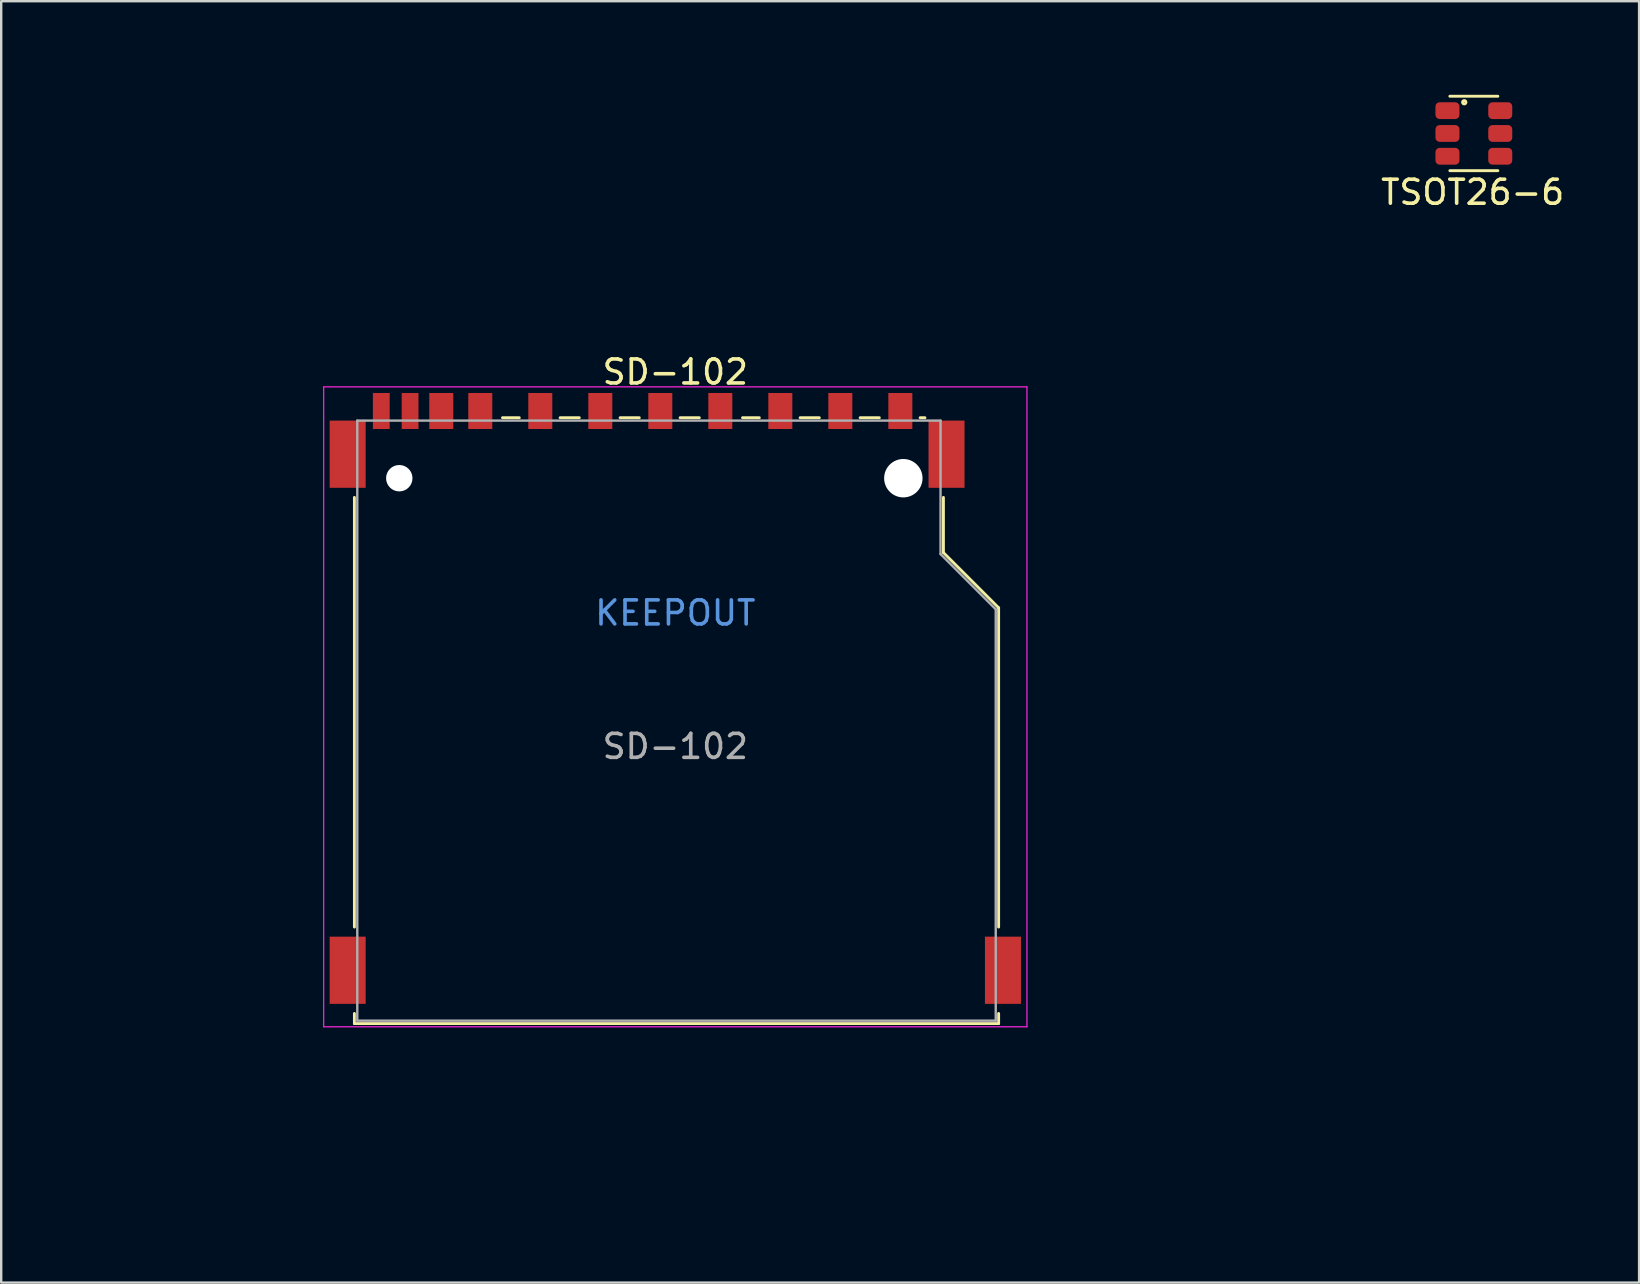
<source format=kicad_pcb>
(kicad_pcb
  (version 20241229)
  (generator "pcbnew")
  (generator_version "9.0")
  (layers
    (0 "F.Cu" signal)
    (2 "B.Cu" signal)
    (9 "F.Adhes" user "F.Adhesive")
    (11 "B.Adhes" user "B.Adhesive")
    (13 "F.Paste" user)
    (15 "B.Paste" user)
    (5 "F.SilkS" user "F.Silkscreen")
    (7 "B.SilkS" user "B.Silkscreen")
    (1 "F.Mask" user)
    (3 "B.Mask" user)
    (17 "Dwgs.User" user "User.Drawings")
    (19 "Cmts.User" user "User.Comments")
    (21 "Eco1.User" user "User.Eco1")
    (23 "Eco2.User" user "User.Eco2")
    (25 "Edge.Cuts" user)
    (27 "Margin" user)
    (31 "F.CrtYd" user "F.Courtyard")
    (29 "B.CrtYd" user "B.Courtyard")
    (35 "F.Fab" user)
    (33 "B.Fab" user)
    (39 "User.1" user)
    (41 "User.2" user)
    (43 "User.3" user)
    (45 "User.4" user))
  (footprint "TSOT26-6"
    (layer "F.Cu")
    (at 58.354 2.51)
    (property "Reference" "TSOT26-6" (at -0.05 2.45 0) (unlocked yes) (layer "F.SilkS") (effects (font (size 1 1) (thickness 0.15))))
    (attr smd)
    (fp_line (start -1 -1.55) (end 1 -1.55) (stroke (width 0.12) (type solid)) (layer "F.SilkS"))
    (fp_line (start -1 1.55) (end 1 1.55) (stroke (width 0.12) (type solid)) (layer "F.SilkS"))
    (fp_circle (center -0.4 -1.3) (end -0.35 -1.25) (stroke (width 0.12) (type solid)) (fill no) (layer "F.SilkS"))
    (fp_line (start -1.5 -2.1) (end -0.95 -2.1) (stroke (width 0.12) (type solid)) (layer "User.1"))
    (fp_line (start -1.5 -1.75) (end -1.5 -2.45) (stroke (width 0.12) (type solid)) (layer "User.1"))
    (fp_line (start 1.5 -2.1) (end 0.9 -2.1) (stroke (width 0.12) (type solid)) (layer "User.1"))
    (fp_line (start 1.5 -1.75) (end 1.5 -2.45) (stroke (width 0.12) (type solid)) (layer "User.1"))
    (fp_line (start 1.8 -1.55) (end 2.5 -1.55) (stroke (width 0.12) (type solid)) (layer "User.1"))
    (fp_line (start 1.8 1.55) (end 2.5 1.55) (stroke (width 0.12) (type solid)) (layer "User.1"))
    (fp_line (start 2.15 -1.55) (end 2.15 -0.85) (stroke (width 0.12) (type solid)) (layer "User.1"))
    (fp_line (start 2.15 1.55) (end 2.15 0.95) (stroke (width 0.12) (type solid)) (layer "User.1"))
    (fp_line (start -1.5 -1.55) (end -1.5 1.55) (stroke (width 0.12) (type solid)) (layer "User.2"))
    (fp_line (start -1.5 1.55) (end 1.5 1.55) (stroke (width 0.12) (type solid)) (layer "User.2"))
    (fp_line (start 0 -1.55) (end -1.5 -1.55) (stroke (width 0.12) (type solid)) (layer "User.2"))
    (fp_line (start 0 -1.55) (end 1.5 -1.55) (stroke (width 0.12) (type solid)) (layer "User.2"))
    (fp_line (start 1.5 1.55) (end 1.5 -1.55) (stroke (width 0.12) (type solid)) (layer "User.2"))
    (pad "1" smd roundrect (at -1.1 -0.95) (size 1 0.7) (layers "F.Cu" "F.Mask" "F.Paste") (roundrect_rratio 0.25))
    (pad "2" smd roundrect (at -1.1 0) (size 1 0.7) (layers "F.Cu" "F.Mask" "F.Paste") (roundrect_rratio 0.25))
    (pad "3" smd roundrect (at -1.1 0.95) (size 1 0.7) (layers "F.Cu" "F.Mask" "F.Paste") (roundrect_rratio 0.25))
    (pad "4" smd roundrect (at 1.1 0.95) (size 1 0.7) (layers "F.Cu" "F.Mask" "F.Paste") (roundrect_rratio 0.25))
    (pad "5" smd roundrect (at 1.1 0) (size 1 0.7) (layers "F.Cu" "F.Mask" "F.Paste") (roundrect_rratio 0.25))
    (pad "6" smd roundrect (at 1.1 -0.95) (size 1 0.7) (layers "F.Cu" "F.Mask" "F.Paste") (roundrect_rratio 0.25)))
  (footprint "SD-102"
    (layer "F.Cu")
    (at 25.085 26.048)
    (property "Reference" "SD-102" (at 0 -13.6 0) (layer "F.SilkS") (effects (font (size 1 1) (thickness 0.15))))
    (attr smd)
    (fp_line (start -13.37 -8.375) (end -13.37 9.525) (stroke (width 0.12) (type solid)) (layer "F.SilkS"))
    (fp_line (start -13.37 13.125) (end -13.37 13.545) (stroke (width 0.12) (type solid)) (layer "F.SilkS"))
    (fp_line (start -13.37 13.545) (end 13.47 13.545) (stroke (width 0.12) (type solid)) (layer "F.SilkS"))
    (fp_line (start -7.2 -11.695) (end -6.5 -11.695) (stroke (width 0.12) (type solid)) (layer "F.SilkS"))
    (fp_line (start -4.8 -11.695) (end -4 -11.695) (stroke (width 0.12) (type solid)) (layer "F.SilkS"))
    (fp_line (start -2.3 -11.695) (end -1.5 -11.695) (stroke (width 0.12) (type solid)) (layer "F.SilkS"))
    (fp_line (start 0.2 -11.695) (end 1 -11.695) (stroke (width 0.12) (type solid)) (layer "F.SilkS"))
    (fp_line (start 2.8 -11.695) (end 3.5 -11.695) (stroke (width 0.12) (type solid)) (layer "F.SilkS"))
    (fp_line (start 5.2 -11.695) (end 6 -11.695) (stroke (width 0.12) (type solid)) (layer "F.SilkS"))
    (fp_line (start 7.7 -11.695) (end 8.5 -11.695) (stroke (width 0.12) (type solid)) (layer "F.SilkS"))
    (fp_line (start 10.2 -11.695) (end 10.4 -11.695) (stroke (width 0.12) (type solid)) (layer "F.SilkS"))
    (fp_line (start 11.17 -8.375) (end 11.17 -6.075) (stroke (width 0.12) (type solid)) (layer "F.SilkS"))
    (fp_line (start 11.17 -6.075) (end 13.47 -3.775) (stroke (width 0.12) (type solid)) (layer "F.SilkS"))
    (fp_line (start 13.47 -3.775) (end 13.47 9.525) (stroke (width 0.12) (type solid)) (layer "F.SilkS"))
    (fp_line (start 13.47 13.545) (end 13.47 13.125) (stroke (width 0.12) (type solid)) (layer "F.SilkS"))
    (fp_line (start -14.65 -12.98) (end -14.65 13.68) (stroke (width 0.05) (type solid)) (layer "F.CrtYd"))
    (fp_line (start -14.65 -12.98) (end 14.65 -12.98) (stroke (width 0.05) (type solid)) (layer "F.CrtYd"))
    (fp_line (start 14.65 13.68) (end -14.65 13.68) (stroke (width 0.05) (type solid)) (layer "F.CrtYd"))
    (fp_line (start 14.65 13.68) (end 14.65 -12.98) (stroke (width 0.05) (type solid)) (layer "F.CrtYd"))
    (fp_line (start -13.25 -11.575) (end -13.25 13.425) (stroke (width 0.1) (type solid)) (layer "F.Fab"))
    (fp_line (start -13.25 13.425) (end 13.35 13.425) (stroke (width 0.1) (type solid)) (layer "F.Fab"))
    (fp_line (start 11.05 -11.575) (end -13.25 -11.575) (stroke (width 0.1) (type solid)) (layer "F.Fab"))
    (fp_line (start 11.05 -6.015) (end 11.05 -11.575) (stroke (width 0.1) (type solid)) (layer "F.Fab"))
    (fp_line (start 13.35 -3.715) (end 11.05 -6.015) (stroke (width 0.1) (type solid)) (layer "F.Fab"))
    (fp_line (start 13.35 13.425) (end 13.35 -3.715) (stroke (width 0.1) (type solid)) (layer "F.Fab"))
    (fp_line (start 9.5 -9.175) (end 9.5 -13.9) (stroke (width 0.1) (type default)) (layer "User.8"))
    (fp_line (start 11.4 -11.6) (end 5.9 -11.6) (stroke (width 0.1) (type default)) (layer "User.8"))
    (fp_line (start 12.9 9.9) (end 0 9.9) (stroke (width 0.1) (type default)) (layer "User.8"))
    (fp_text user "KEEPOUT" (at 0 -3.56 0) (layer "Cmts.User") (effects (font (size 1 1) (thickness 0.15))))
    (fp_text user "${REFERENCE}" (at 0 2 0) (layer "F.Fab") (effects (font (size 1 1) (thickness 0.15))))
    (dimension (type aligned) (layer "User.8") (pts (xy 11.435 37.373) (xy 38.735 37.373)) (height 9.375) (format (prefix "") (suffix "") (units 3) (units_format 1) (precision 4)) (style (thickness 0.1) (arrow_length 1.27) (text_position_mode 0) (arrow_direction outward) (extension_height 0.586) (extension_offset 0.5) (keep_text_aligned yes)) (gr_text "27.3000 mm" (at 25.085 45.598 0) (layer "User.8") (effects (font (size 1 1) (thickness 0.15)))))
    (dimension (type aligned) (layer "User.8") (pts (xy 16.96 14.073) (xy 34.46 14.073)) (height -6.025) (format (prefix "") (suffix "") (units 3) (units_format 1) (precision 4)) (style (thickness 0.1) (arrow_length 1.27) (text_position_mode 0) (arrow_direction outward) (extension_height 0.586) (extension_offset 0.5) (keep_text_aligned yes)) (gr_text "17.5000 mm" (at 25.71 6.898 0) (layer "User.8") (effects (font (size 1 1) (thickness 0.15)))))
    (dimension (type aligned) (layer "User.8") (pts (xy 16.96 14.073) (xy 15.335 14.073)) (height 12.075) (format (prefix "") (suffix "") (units 3) (units_format 1) (precision 4)) (style (thickness 0.1) (arrow_length 1.27) (text_position_mode 0) (arrow_direction outward) (extension_height 0.586) (extension_offset 0.5) (keep_text_aligned yes)) (gr_text "1.6250 mm" (at 16.147 0.848 0) (layer "User.8") (effects (font (size 1 1) (thickness 0.15)))))
    (dimension (type aligned) (layer "User.8") (pts (xy 34.585 16.873) (xy 25.085 16.873)) (height -5.2) (format (prefix "") (suffix "") (units 3) (units_format 1) (precision 4)) (style (thickness 0.1) (arrow_length 1.27) (text_position_mode 0) (arrow_direction outward) (extension_height 0.586) (extension_offset 0.5) (keep_text_aligned yes)) (gr_text "9.5000 mm" (at 29.835 20.923 0) (layer "User.8") (effects (font (size 1 1) (thickness 0.15)))))
    (dimension (type aligned) (layer "User.8") (pts (xy 34.46 14.073) (xy 25.085 14.073)) (height 3.1) (format (prefix "") (suffix "") (units 3) (units_format 1) (precision 4)) (style (thickness 0.1) (arrow_length 1.27) (text_position_mode 0) (arrow_direction outward) (extension_height 0.586) (extension_offset 0.5) (keep_text_aligned yes)) (gr_text "9.3750 mm" (at 29.772 9.823 0) (layer "User.8") (effects (font (size 1 1) (thickness 0.15)))))
    (dimension (type aligned) (layer "User.8") (pts (xy 11.435 15.873) (xy 36.385 15.873)) (height 12.069) (format (prefix "") (suffix "") (units 3) (units_format 1) (precision 4)) (style (thickness 0.1) (arrow_length 1.27) (text_position_mode 0) (arrow_direction outward) (extension_height 0.586) (extension_offset 0.5) (keep_text_aligned yes)) (gr_text "24.9500 mm" (at 23.91 26.792 0) (layer "User.8") (effects (font (size 1 1) (thickness 0.15)))))
    (dimension (type aligned) (layer "User.8") (pts (xy 36.485 14.448) (xy 36.485 35.948)) (height -11.1) (format (prefix "") (suffix "") (units 3) (units_format 1) (precision 4)) (style (thickness 0.1) (arrow_length 1.27) (text_position_mode 0) (arrow_direction outward) (extension_height 0.586) (extension_offset 0.5) (keep_text_aligned yes)) (gr_text "21.5000 mm" (at 46.435 25.198 90) (layer "User.8") (effects (font (size 1 1) (thickness 0.15)))))
    (dimension (type aligned) (layer "User.8") (pts (xy 15.335 14.073) (xy 14.035 14.073)) (height 10.05) (format (prefix "") (suffix "") (units 3) (units_format 1) (precision 4)) (style (thickness 0.1) (arrow_length 1.27) (text_position_mode 0) (arrow_direction outward) (extension_height 0.586) (extension_offset 0.5) (keep_text_aligned yes)) (gr_text "1.3000 mm" (at 14.685 2.873 0) (layer "User.8") (effects (font (size 1 1) (thickness 0.15)))))
    (dimension (type aligned) (layer "User.8") (pts (xy 11.435 14.473) (xy 11.435 35.973)) (height 5.35) (format (prefix "") (suffix "") (units 3) (units_format 1) (precision 4)) (style (thickness 0.1) (arrow_length 1.27) (text_position_mode 0) (arrow_direction outward) (extension_height 0.586) (extension_offset 0.5) (keep_text_aligned yes)) (gr_text "21.5000 mm" (at 4.935 25.223 90) (layer "User.8") (effects (font (size 1 1) (thickness 0.15)))))
    (dimension (type aligned) (layer "User.8") (pts (xy 34.585 16.873) (xy 13.585 16.873)) (height -8.675) (format (prefix "") (suffix "") (units 3) (units_format 1) (precision 4)) (style (thickness 0.1) (arrow_length 1.27) (text_position_mode 0) (arrow_direction outward) (extension_height 0.586) (extension_offset 0.5) (keep_text_aligned yes)) (gr_text "21.0000 mm" (at 24.085 24.398 0) (layer "User.8") (effects (font (size 1 1) (thickness 0.15)))))
    (dimension (type aligned) (layer "User.8") (pts (xy 14.035 14.073) (xy 12.835 14.073)) (height 7.025) (format (prefix "") (suffix "") (units 3) (units_format 1) (precision 4)) (style (thickness 0.1) (arrow_length 1.27) (text_position_mode 0) (arrow_direction outward) (extension_height 0.586) (extension_offset 0.5) (keep_text_aligned yes)) (gr_text "1.2000 mm" (at 13.435 5.898 0) (layer "User.8") (effects (font (size 1 1) (thickness 0.15)))))
    (pad "" np_thru_hole circle (at -11.5 -9.175) (size 1.1 1.1) (drill 1.1) (layers "*.Cu" "*.Mask"))
    (pad "" np_thru_hole circle (at 9.5 -9.175) (size 1.6 1.6) (drill 1.6) (layers "*.Cu" "*.Mask"))
    (pad "1" smd rect (at 6.875 -11.975) (size 1 1.5) (layers "F.Cu" "F.Mask" "F.Paste"))
    (pad "2" smd rect (at 4.375 -11.975) (size 1 1.5) (layers "F.Cu" "F.Mask" "F.Paste"))
    (pad "3" smd rect (at 1.875 -11.975) (size 1 1.5) (layers "F.Cu" "F.Mask" "F.Paste"))
    (pad "4" smd rect (at -0.625 -11.975) (size 1 1.5) (layers "F.Cu" "F.Mask" "F.Paste"))
    (pad "5" smd rect (at -3.125 -11.975) (size 1 1.5) (layers "F.Cu" "F.Mask" "F.Paste"))
    (pad "6" smd rect (at -5.625 -11.975) (size 1 1.5) (layers "F.Cu" "F.Mask" "F.Paste"))
    (pad "7" smd rect (at -8.125 -11.975) (size 1 1.5) (layers "F.Cu" "F.Mask" "F.Paste"))
    (pad "8" smd rect (at -9.75 -11.975) (size 1 1.5) (layers "F.Cu" "F.Mask" "F.Paste"))
    (pad "9" smd rect (at 9.375 -11.975) (size 1 1.5) (layers "F.Cu" "F.Mask" "F.Paste"))
    (pad "10" smd rect (at -11.05 -11.975) (size 0.7 1.5) (layers "F.Cu" "F.Mask" "F.Paste"))
    (pad "11" smd rect (at -12.25 -11.975) (size 0.7 1.5) (layers "F.Cu" "F.Mask" "F.Paste"))
    (pad "12" smd rect (at -13.65 -10.175) (size 1.5 2.8) (layers "F.Cu" "F.Mask" "F.Paste"))
    (pad "12" smd rect (at -13.65 11.325) (size 1.5 2.8) (layers "F.Cu" "F.Mask" "F.Paste"))
    (pad "12" smd rect (at 11.3 -10.175) (size 1.5 2.8) (layers "F.Cu" "F.Mask" "F.Paste"))
    (pad "12" smd rect (at 13.65 11.325) (size 1.5 2.8) (layers "F.Cu" "F.Mask" "F.Paste"))
    (zone (net_name "") (layer "F.Cu") (hatch full 0.508) (connect_pads) (min_thickness 0.254) (filled_areas_thickness no) (keepout (tracks not_allowed) (vias not_allowed) (pads not_allowed) (copperpour not_allowed) (footprints not_allowed)) (placement (enabled no)) (fill) (polygon (pts (xy 14.415 26.923) (xy 35.385 26.923) (xy 35.385 17.973) (xy 14.415 17.973)))))
  (gr_rect
    (start -3 -3)
    (end 65.238 50.385)
    (stroke (width 0.1) (type default))
    (fill no)
    (layer "Edge.Cuts")))
</source>
